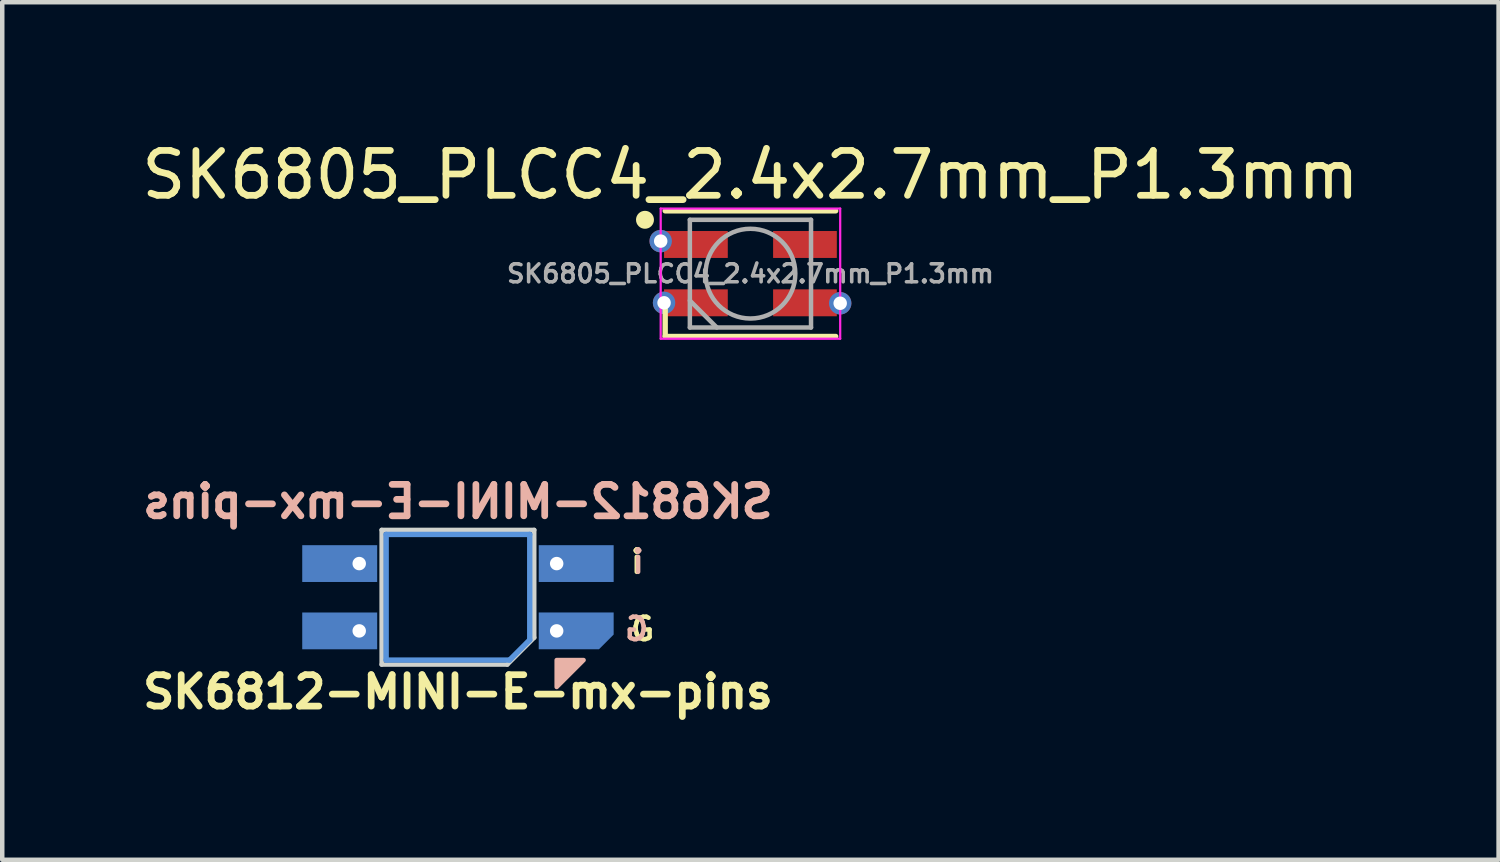
<source format=kicad_pcb>
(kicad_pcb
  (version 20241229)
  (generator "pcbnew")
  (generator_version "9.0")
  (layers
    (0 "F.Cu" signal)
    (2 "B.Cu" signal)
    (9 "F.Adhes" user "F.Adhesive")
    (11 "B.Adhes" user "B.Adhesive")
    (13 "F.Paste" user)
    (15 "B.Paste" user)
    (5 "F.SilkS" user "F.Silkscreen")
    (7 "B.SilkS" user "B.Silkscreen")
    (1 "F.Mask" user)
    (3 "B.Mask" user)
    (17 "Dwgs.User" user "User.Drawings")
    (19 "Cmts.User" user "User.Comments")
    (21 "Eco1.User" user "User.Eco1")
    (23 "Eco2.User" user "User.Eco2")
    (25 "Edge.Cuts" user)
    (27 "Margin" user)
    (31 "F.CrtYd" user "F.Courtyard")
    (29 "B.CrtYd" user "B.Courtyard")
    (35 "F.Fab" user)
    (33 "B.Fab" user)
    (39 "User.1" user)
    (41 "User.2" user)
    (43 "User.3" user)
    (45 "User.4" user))
  (footprint "SK6805_PLCC4_2.4x2.7mm_P1.3mm"
    (layer "F.Cu")
    (at 13.673 3.048)
    (property "Reference" "SK6805_PLCC4_2.4x2.7mm_P1.3mm" (at 0 -2.2 0) (layer "F.SilkS") (effects (font (size 1 1) (thickness 0.15))))
    (attr smd)
    (fp_line (start -1.9 -1.4) (end 1.9 -1.4) (stroke (width 0.12) (type solid)) (layer "F.SilkS"))
    (fp_line (start -1.9 1.4) (end -1.9 0.65) (stroke (width 0.12) (type solid)) (layer "F.SilkS"))
    (fp_line (start -1.9 1.4) (end 1.9 1.4) (stroke (width 0.12) (type solid)) (layer "F.SilkS"))
    (fp_circle (center -2.35 -1.2) (end -2.2 -1.2) (stroke (width 0.1) (type solid)) (fill yes) (layer "F.SilkS"))
    (fp_line (start -2 -1.45) (end -2 1.45) (stroke (width 0.05) (type solid)) (layer "F.CrtYd"))
    (fp_line (start -2 1.45) (end 2 1.45) (stroke (width 0.05) (type solid)) (layer "F.CrtYd"))
    (fp_line (start 2 -1.45) (end -2 -1.45) (stroke (width 0.05) (type solid)) (layer "F.CrtYd"))
    (fp_line (start 2 1.45) (end 2 -1.45) (stroke (width 0.05) (type solid)) (layer "F.CrtYd"))
    (fp_line (start -1.35 -1.2) (end -1.35 1.2) (stroke (width 0.1) (type solid)) (layer "F.Fab"))
    (fp_line (start -1.35 0.6) (end -0.75 1.2) (stroke (width 0.1) (type solid)) (layer "F.Fab"))
    (fp_line (start -1.35 1.2) (end 1.35 1.2) (stroke (width 0.1) (type solid)) (layer "F.Fab"))
    (fp_line (start 1.35 -1.2) (end -1.35 -1.2) (stroke (width 0.1) (type solid)) (layer "F.Fab"))
    (fp_line (start 1.35 1.2) (end 1.35 -1.2) (stroke (width 0.1) (type solid)) (layer "F.Fab"))
    (fp_circle (center 0 0) (end 0 -1) (stroke (width 0.1) (type solid)) (fill no) (layer "F.Fab"))
    (fp_text user "${REFERENCE}" (at 0 0 0) (layer "F.Fab") (effects (font (size 0.4 0.4) (thickness 0.08))))
    (pad "1" thru_hole circle (at -2 -0.725) (size 0.5 0.5) (drill 0.3) (layers "*.Cu" "*.Mask"))
    (pad "1" smd rect (at -1.215 -0.65) (size 1.42 0.6) (layers "F.Cu" "F.Mask" "F.Paste"))
    (pad "2" thru_hole circle (at -1.925 0.65) (size 0.5 0.5) (drill 0.3) (layers "*.Cu" "*.Mask"))
    (pad "2" smd rect (at -1.215 0.65) (size 1.42 0.6) (layers "F.Cu" "F.Mask" "F.Paste"))
    (pad "3" smd rect (at 1.215 0.65) (size 1.42 0.6) (layers "F.Cu" "F.Mask" "F.Paste"))
    (pad "3" thru_hole circle (at 2 0.66) (size 0.5 0.5) (drill 0.3) (layers "*.Cu" "*.Mask"))
    (pad "4" smd rect (at 1.215 -0.65) (size 1.42 0.6) (layers "F.Cu" "F.Mask" "F.Paste")))
  (footprint "SK6812-MINI-E-mx-pins"
    (layer "F.Cu")
    (at 7.155 10.259)
    (property "Reference" "SK6812-MINI-E-mx-pins" (at 0 -2.54 0) (unlocked yes) (layer "B.SilkS") (effects (font (size 0.7 0.7) (thickness 0.15)) (justify top mirror)))
    (attr smd)
    (fp_poly (pts (xy 2.8 1.4) (xy 2.2 1.4) (xy 2.2 2)) (stroke (width 0.1) (type solid)) (fill yes) (layer "B.SilkS"))
    (fp_line (start -1.6 -1.4) (end -1.6 1.4) (stroke (width 0.12) (type solid)) (layer "Cmts.User"))
    (fp_line (start -1.6 1.4) (end 1.15 1.4) (stroke (width 0.12) (type solid)) (layer "Cmts.User"))
    (fp_line (start 1.15 1.4) (end 1.6 0.95) (stroke (width 0.12) (type default)) (layer "Cmts.User"))
    (fp_line (start 1.6 -1.4) (end -1.6 -1.4) (stroke (width 0.12) (type solid)) (layer "Cmts.User"))
    (fp_line (start 1.6 0.95) (end 1.6 -1.4) (stroke (width 0.12) (type solid)) (layer "Cmts.User"))
    (fp_line (start -1.7 -1.5) (end -1.7 1.5) (stroke (width 0.1) (type solid)) (layer "Edge.Cuts"))
    (fp_line (start -1.7 1.5) (end 1.1 1.5) (stroke (width 0.1) (type solid)) (layer "Edge.Cuts"))
    (fp_line (start 1.1 1.5) (end 1.7 0.9) (stroke (width 0.1) (type default)) (layer "Edge.Cuts"))
    (fp_line (start 1.7 -1.5) (end -1.7 -1.5) (stroke (width 0.1) (type solid)) (layer "Edge.Cuts"))
    (fp_line (start 1.7 0.9) (end 1.7 -1.5) (stroke (width 0.1) (type solid)) (layer "Edge.Cuts"))
    (fp_text user "G" (at 3.8 1 0) (unlocked yes) (layer "F.SilkS") (effects (font (size 0.5 0.5) (thickness 0.1)) (justify left bottom)))
    (fp_text user "${REFERENCE}" (at 0 1.7 0) (unlocked yes) (layer "F.SilkS") (effects (font (size 0.7 0.7) (thickness 0.15)) (justify top)))
    (fp_text user "i" (at 3.8 -0.5 0) (unlocked yes) (layer "F.SilkS") (effects (font (size 0.5 0.5) (thickness 0.1)) (justify left bottom)))
    (fp_text user "i" (at 4.2 -0.5 0) (unlocked yes) (layer "B.SilkS") (effects (font (size 0.5 0.5) (thickness 0.1)) (justify left bottom mirror)))
    (fp_text user "G" (at 4.3 1 0) (unlocked yes) (layer "B.SilkS") (effects (font (size 0.5 0.5) (thickness 0.1)) (justify left bottom mirror)))
    (pad "1" smd rect (at -2.635 -0.75 180) (size 1.67 0.82) (layers "B.Cu" "B.Mask" "B.Paste"))
    (pad "1" thru_hole circle (at -2.2 -0.75 180) (size 0.5 0.5) (drill 0.3) (layers "*.Cu" "*.Mask"))
    (pad "2" smd rect (at -2.635 0.75 180) (size 1.67 0.82) (layers "B.Cu" "B.Mask" "B.Paste"))
    (pad "2" thru_hole circle (at -2.2 0.75 180) (size 0.5 0.5) (drill 0.3) (layers "*.Cu" "*.Mask"))
    (pad "3" thru_hole circle (at 2.2 0.75 180) (size 0.5 0.5) (drill 0.3) (layers "*.Cu" "*.Mask"))
    (pad "3" smd roundrect (at 2.635 0.75 180) (size 1.67 0.82) (layers "B.Cu" "B.Mask" "B.Paste") (roundrect_rratio 0) (chamfer_ratio 0.4) (chamfer top_left))
    (pad "4" thru_hole circle (at 2.2 -0.75 180) (size 0.5 0.5) (drill 0.3) (layers "*.Cu" "*.Mask"))
    (pad "4" smd rect (at 2.635 -0.75 180) (size 1.67 0.82) (layers "B.Cu" "B.Mask" "B.Paste")))
  (gr_rect
    (start -3 -3)
    (end 30.345 16.109)
    (stroke (width 0.1) (type default))
    (fill no)
    (layer "Edge.Cuts")))
</source>
